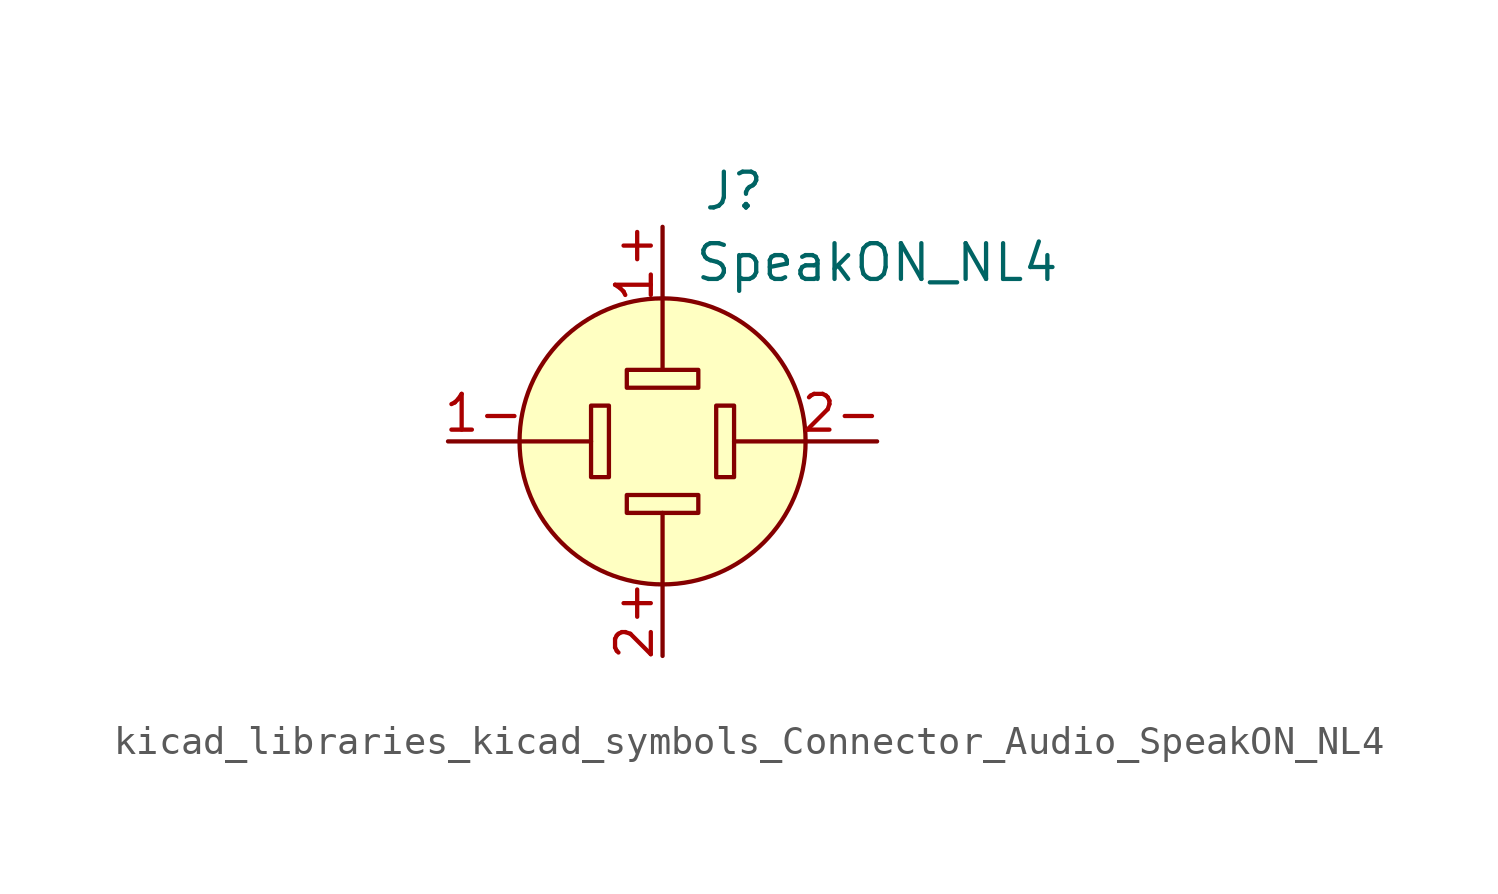
<source format=kicad_sym>
(kicad_symbol_lib
  (version 20220914)
  (generator kicad_symbol_editor)
  (symbol "kicad_libraries_kicad_symbols_Connector_Audio_SpeakON_NL4"
    (pin_names hide)
    (property "Reference" "J"
      (at 2.54 8.89 0)
      (effects (font (size 1.27 1.27))))
    (property "Value" "SpeakON_NL4"
      (at 7.62 6.35 0)
      (effects (font (size 1.27 1.27))))
    (symbol "kicad_libraries_kicad_symbols_Connector_Audio_SpeakON_NL4_0_1"
      (rectangle (start -2.54 1.27) (end -1.905 -1.27) (stroke (width 0) (type default)) (fill (type none)))
      (rectangle (start -1.27 -2.54) (end 1.27 -1.905) (stroke (width 0) (type default)) (fill (type none)))
      (rectangle (start -1.27 2.54) (end 1.27 1.905) (stroke (width 0) (type default)) (fill (type none)))
      (polyline (pts (xy -5.08 0) (xy -2.54 0)) (stroke (width 0) (type default)) (fill (type none)))
      (polyline (pts (xy 0 -5.08) (xy 0 -2.54)) (stroke (width 0) (type default)) (fill (type none)))
      (polyline (pts (xy 0 5.08) (xy 0 2.54)) (stroke (width 0) (type default)) (fill (type none)))
      (polyline (pts (xy 5.08 0) (xy 2.54 0)) (stroke (width 0) (type default)) (fill (type none)))
      (circle (center 0 0) (radius 5.08) (stroke (width 0) (type default)) (fill (type background)))
      (rectangle (start 2.54 1.27) (end 1.905 -1.27) (stroke (width 0) (type default)) (fill (type none)))
      (pin passive line (at -7.62 0 0) (length 2.54) (name "1-" (effects (font (size 1.27 1.27)))) (number "1-" (effects (font (size 1.27 1.27)))))
      (pin passive line (at 0 -7.62 90) (length 2.54) (name "2+" (effects (font (size 1.27 1.27)))) (number "2+" (effects (font (size 1.27 1.27)))))
      (pin passive line (at 7.62 0 180) (length 2.54) (name "2-" (effects (font (size 1.27 1.27)))) (number "2-" (effects (font (size 1.27 1.27))))))
    (symbol "kicad_libraries_kicad_symbols_Connector_Audio_SpeakON_NL4_1_1"
      (pin passive line (at 0 7.62 270) (length 2.54) (name "1+" (effects (font (size 1.27 1.27)))) (number "1+" (effects (font (size 1.27 1.27))))))))
</source>
